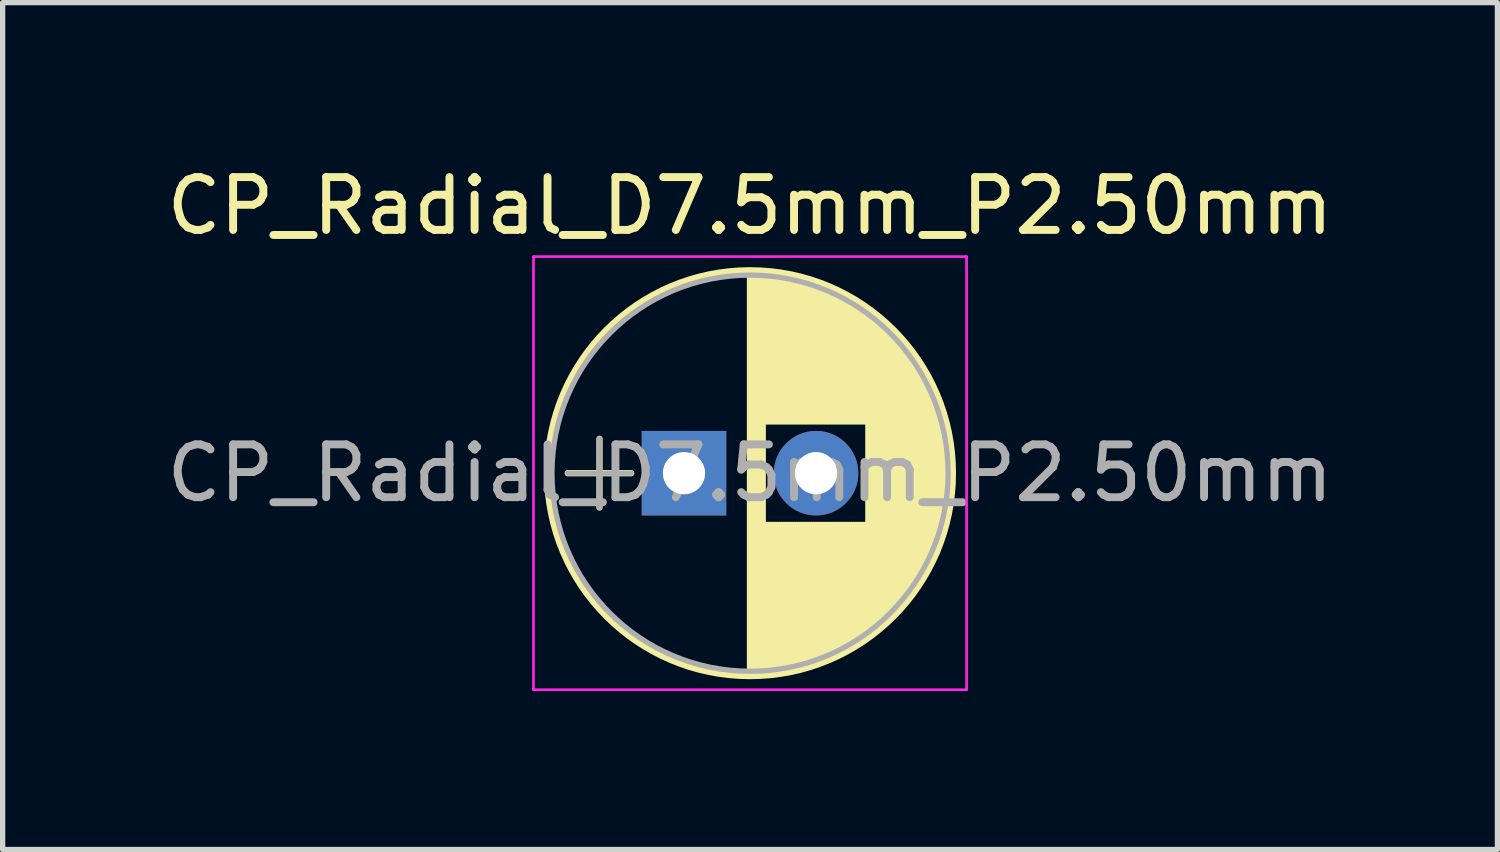
<source format=kicad_pcb>
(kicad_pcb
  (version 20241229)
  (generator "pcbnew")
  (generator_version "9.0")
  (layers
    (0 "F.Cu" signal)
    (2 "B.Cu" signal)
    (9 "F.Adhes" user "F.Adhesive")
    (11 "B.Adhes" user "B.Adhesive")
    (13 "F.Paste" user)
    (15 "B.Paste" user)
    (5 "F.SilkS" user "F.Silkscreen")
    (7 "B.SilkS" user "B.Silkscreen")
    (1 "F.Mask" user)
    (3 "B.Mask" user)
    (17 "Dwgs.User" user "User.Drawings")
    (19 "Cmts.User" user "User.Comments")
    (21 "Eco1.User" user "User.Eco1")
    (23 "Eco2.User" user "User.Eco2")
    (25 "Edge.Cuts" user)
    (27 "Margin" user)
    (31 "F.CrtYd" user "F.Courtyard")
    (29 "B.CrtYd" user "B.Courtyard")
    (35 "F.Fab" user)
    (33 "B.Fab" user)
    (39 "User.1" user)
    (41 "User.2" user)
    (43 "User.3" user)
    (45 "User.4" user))
  (footprint "CP_Radial_D7.5mm_P2.50mm"
    (layer "F.Cu")
    (at 9.899 5.908)
    (property "Reference" "CP_Radial_D7.5mm_P2.50mm" (at 1.25 -5.06 0) (layer "F.SilkS") (effects (font (size 1 1) (thickness 0.15))))
    (attr through_hole)
    (fp_line (start -2.2 0) (end -1 0) (stroke (width 0.12) (type solid)) (layer "F.SilkS"))
    (fp_line (start -1.6 -0.65) (end -1.6 0.65) (stroke (width 0.12) (type solid)) (layer "F.SilkS"))
    (fp_line (start 1.25 -3.8) (end 1.25 3.8) (stroke (width 0.12) (type solid)) (layer "F.SilkS"))
    (fp_line (start 1.29 -3.8) (end 1.29 3.8) (stroke (width 0.12) (type solid)) (layer "F.SilkS"))
    (fp_line (start 1.33 -3.8) (end 1.33 3.8) (stroke (width 0.12) (type solid)) (layer "F.SilkS"))
    (fp_line (start 1.37 -3.799) (end 1.37 3.799) (stroke (width 0.12) (type solid)) (layer "F.SilkS"))
    (fp_line (start 1.41 -3.797) (end 1.41 3.797) (stroke (width 0.12) (type solid)) (layer "F.SilkS"))
    (fp_line (start 1.45 -3.795) (end 1.45 3.795) (stroke (width 0.12) (type solid)) (layer "F.SilkS"))
    (fp_line (start 1.49 -3.793) (end 1.49 3.793) (stroke (width 0.12) (type solid)) (layer "F.SilkS"))
    (fp_line (start 1.53 -3.79) (end 1.53 -0.98) (stroke (width 0.12) (type solid)) (layer "F.SilkS"))
    (fp_line (start 1.53 0.98) (end 1.53 3.79) (stroke (width 0.12) (type solid)) (layer "F.SilkS"))
    (fp_line (start 1.57 -3.787) (end 1.57 -0.98) (stroke (width 0.12) (type solid)) (layer "F.SilkS"))
    (fp_line (start 1.57 0.98) (end 1.57 3.787) (stroke (width 0.12) (type solid)) (layer "F.SilkS"))
    (fp_line (start 1.61 -3.784) (end 1.61 -0.98) (stroke (width 0.12) (type solid)) (layer "F.SilkS"))
    (fp_line (start 1.61 0.98) (end 1.61 3.784) (stroke (width 0.12) (type solid)) (layer "F.SilkS"))
    (fp_line (start 1.65 -3.78) (end 1.65 -0.98) (stroke (width 0.12) (type solid)) (layer "F.SilkS"))
    (fp_line (start 1.65 0.98) (end 1.65 3.78) (stroke (width 0.12) (type solid)) (layer "F.SilkS"))
    (fp_line (start 1.69 -3.775) (end 1.69 -0.98) (stroke (width 0.12) (type solid)) (layer "F.SilkS"))
    (fp_line (start 1.69 0.98) (end 1.69 3.775) (stroke (width 0.12) (type solid)) (layer "F.SilkS"))
    (fp_line (start 1.73 -3.77) (end 1.73 -0.98) (stroke (width 0.12) (type solid)) (layer "F.SilkS"))
    (fp_line (start 1.73 0.98) (end 1.73 3.77) (stroke (width 0.12) (type solid)) (layer "F.SilkS"))
    (fp_line (start 1.77 -3.765) (end 1.77 -0.98) (stroke (width 0.12) (type solid)) (layer "F.SilkS"))
    (fp_line (start 1.77 0.98) (end 1.77 3.765) (stroke (width 0.12) (type solid)) (layer "F.SilkS"))
    (fp_line (start 1.81 -3.759) (end 1.81 -0.98) (stroke (width 0.12) (type solid)) (layer "F.SilkS"))
    (fp_line (start 1.81 0.98) (end 1.81 3.759) (stroke (width 0.12) (type solid)) (layer "F.SilkS"))
    (fp_line (start 1.85 -3.753) (end 1.85 -0.98) (stroke (width 0.12) (type solid)) (layer "F.SilkS"))
    (fp_line (start 1.85 0.98) (end 1.85 3.753) (stroke (width 0.12) (type solid)) (layer "F.SilkS"))
    (fp_line (start 1.89 -3.747) (end 1.89 -0.98) (stroke (width 0.12) (type solid)) (layer "F.SilkS"))
    (fp_line (start 1.89 0.98) (end 1.89 3.747) (stroke (width 0.12) (type solid)) (layer "F.SilkS"))
    (fp_line (start 1.93 -3.74) (end 1.93 -0.98) (stroke (width 0.12) (type solid)) (layer "F.SilkS"))
    (fp_line (start 1.93 0.98) (end 1.93 3.74) (stroke (width 0.12) (type solid)) (layer "F.SilkS"))
    (fp_line (start 1.971 -3.732) (end 1.971 -0.98) (stroke (width 0.12) (type solid)) (layer "F.SilkS"))
    (fp_line (start 1.971 0.98) (end 1.971 3.732) (stroke (width 0.12) (type solid)) (layer "F.SilkS"))
    (fp_line (start 2.011 -3.725) (end 2.011 -0.98) (stroke (width 0.12) (type solid)) (layer "F.SilkS"))
    (fp_line (start 2.011 0.98) (end 2.011 3.725) (stroke (width 0.12) (type solid)) (layer "F.SilkS"))
    (fp_line (start 2.051 -3.716) (end 2.051 -0.98) (stroke (width 0.12) (type solid)) (layer "F.SilkS"))
    (fp_line (start 2.051 0.98) (end 2.051 3.716) (stroke (width 0.12) (type solid)) (layer "F.SilkS"))
    (fp_line (start 2.091 -3.707) (end 2.091 -0.98) (stroke (width 0.12) (type solid)) (layer "F.SilkS"))
    (fp_line (start 2.091 0.98) (end 2.091 3.707) (stroke (width 0.12) (type solid)) (layer "F.SilkS"))
    (fp_line (start 2.131 -3.698) (end 2.131 -0.98) (stroke (width 0.12) (type solid)) (layer "F.SilkS"))
    (fp_line (start 2.131 0.98) (end 2.131 3.698) (stroke (width 0.12) (type solid)) (layer "F.SilkS"))
    (fp_line (start 2.171 -3.689) (end 2.171 -0.98) (stroke (width 0.12) (type solid)) (layer "F.SilkS"))
    (fp_line (start 2.171 0.98) (end 2.171 3.689) (stroke (width 0.12) (type solid)) (layer "F.SilkS"))
    (fp_line (start 2.211 -3.679) (end 2.211 -0.98) (stroke (width 0.12) (type solid)) (layer "F.SilkS"))
    (fp_line (start 2.211 0.98) (end 2.211 3.679) (stroke (width 0.12) (type solid)) (layer "F.SilkS"))
    (fp_line (start 2.251 -3.668) (end 2.251 -0.98) (stroke (width 0.12) (type solid)) (layer "F.SilkS"))
    (fp_line (start 2.251 0.98) (end 2.251 3.668) (stroke (width 0.12) (type solid)) (layer "F.SilkS"))
    (fp_line (start 2.291 -3.657) (end 2.291 -0.98) (stroke (width 0.12) (type solid)) (layer "F.SilkS"))
    (fp_line (start 2.291 0.98) (end 2.291 3.657) (stroke (width 0.12) (type solid)) (layer "F.SilkS"))
    (fp_line (start 2.331 -3.645) (end 2.331 -0.98) (stroke (width 0.12) (type solid)) (layer "F.SilkS"))
    (fp_line (start 2.331 0.98) (end 2.331 3.645) (stroke (width 0.12) (type solid)) (layer "F.SilkS"))
    (fp_line (start 2.371 -3.634) (end 2.371 -0.98) (stroke (width 0.12) (type solid)) (layer "F.SilkS"))
    (fp_line (start 2.371 0.98) (end 2.371 3.634) (stroke (width 0.12) (type solid)) (layer "F.SilkS"))
    (fp_line (start 2.411 -3.621) (end 2.411 -0.98) (stroke (width 0.12) (type solid)) (layer "F.SilkS"))
    (fp_line (start 2.411 0.98) (end 2.411 3.621) (stroke (width 0.12) (type solid)) (layer "F.SilkS"))
    (fp_line (start 2.451 -3.608) (end 2.451 -0.98) (stroke (width 0.12) (type solid)) (layer "F.SilkS"))
    (fp_line (start 2.451 0.98) (end 2.451 3.608) (stroke (width 0.12) (type solid)) (layer "F.SilkS"))
    (fp_line (start 2.491 -3.595) (end 2.491 -0.98) (stroke (width 0.12) (type solid)) (layer "F.SilkS"))
    (fp_line (start 2.491 0.98) (end 2.491 3.595) (stroke (width 0.12) (type solid)) (layer "F.SilkS"))
    (fp_line (start 2.531 -3.581) (end 2.531 -0.98) (stroke (width 0.12) (type solid)) (layer "F.SilkS"))
    (fp_line (start 2.531 0.98) (end 2.531 3.581) (stroke (width 0.12) (type solid)) (layer "F.SilkS"))
    (fp_line (start 2.571 -3.566) (end 2.571 -0.98) (stroke (width 0.12) (type solid)) (layer "F.SilkS"))
    (fp_line (start 2.571 0.98) (end 2.571 3.566) (stroke (width 0.12) (type solid)) (layer "F.SilkS"))
    (fp_line (start 2.611 -3.552) (end 2.611 -0.98) (stroke (width 0.12) (type solid)) (layer "F.SilkS"))
    (fp_line (start 2.611 0.98) (end 2.611 3.552) (stroke (width 0.12) (type solid)) (layer "F.SilkS"))
    (fp_line (start 2.651 -3.536) (end 2.651 -0.98) (stroke (width 0.12) (type solid)) (layer "F.SilkS"))
    (fp_line (start 2.651 0.98) (end 2.651 3.536) (stroke (width 0.12) (type solid)) (layer "F.SilkS"))
    (fp_line (start 2.691 -3.52) (end 2.691 -0.98) (stroke (width 0.12) (type solid)) (layer "F.SilkS"))
    (fp_line (start 2.691 0.98) (end 2.691 3.52) (stroke (width 0.12) (type solid)) (layer "F.SilkS"))
    (fp_line (start 2.731 -3.504) (end 2.731 -0.98) (stroke (width 0.12) (type solid)) (layer "F.SilkS"))
    (fp_line (start 2.731 0.98) (end 2.731 3.504) (stroke (width 0.12) (type solid)) (layer "F.SilkS"))
    (fp_line (start 2.771 -3.487) (end 2.771 -0.98) (stroke (width 0.12) (type solid)) (layer "F.SilkS"))
    (fp_line (start 2.771 0.98) (end 2.771 3.487) (stroke (width 0.12) (type solid)) (layer "F.SilkS"))
    (fp_line (start 2.811 -3.469) (end 2.811 -0.98) (stroke (width 0.12) (type solid)) (layer "F.SilkS"))
    (fp_line (start 2.811 0.98) (end 2.811 3.469) (stroke (width 0.12) (type solid)) (layer "F.SilkS"))
    (fp_line (start 2.851 -3.451) (end 2.851 -0.98) (stroke (width 0.12) (type solid)) (layer "F.SilkS"))
    (fp_line (start 2.851 0.98) (end 2.851 3.451) (stroke (width 0.12) (type solid)) (layer "F.SilkS"))
    (fp_line (start 2.891 -3.433) (end 2.891 -0.98) (stroke (width 0.12) (type solid)) (layer "F.SilkS"))
    (fp_line (start 2.891 0.98) (end 2.891 3.433) (stroke (width 0.12) (type solid)) (layer "F.SilkS"))
    (fp_line (start 2.931 -3.413) (end 2.931 -0.98) (stroke (width 0.12) (type solid)) (layer "F.SilkS"))
    (fp_line (start 2.931 0.98) (end 2.931 3.413) (stroke (width 0.12) (type solid)) (layer "F.SilkS"))
    (fp_line (start 2.971 -3.394) (end 2.971 -0.98) (stroke (width 0.12) (type solid)) (layer "F.SilkS"))
    (fp_line (start 2.971 0.98) (end 2.971 3.394) (stroke (width 0.12) (type solid)) (layer "F.SilkS"))
    (fp_line (start 3.011 -3.373) (end 3.011 -0.98) (stroke (width 0.12) (type solid)) (layer "F.SilkS"))
    (fp_line (start 3.011 0.98) (end 3.011 3.373) (stroke (width 0.12) (type solid)) (layer "F.SilkS"))
    (fp_line (start 3.051 -3.352) (end 3.051 -0.98) (stroke (width 0.12) (type solid)) (layer "F.SilkS"))
    (fp_line (start 3.051 0.98) (end 3.051 3.352) (stroke (width 0.12) (type solid)) (layer "F.SilkS"))
    (fp_line (start 3.091 -3.331) (end 3.091 -0.98) (stroke (width 0.12) (type solid)) (layer "F.SilkS"))
    (fp_line (start 3.091 0.98) (end 3.091 3.331) (stroke (width 0.12) (type solid)) (layer "F.SilkS"))
    (fp_line (start 3.131 -3.309) (end 3.131 -0.98) (stroke (width 0.12) (type solid)) (layer "F.SilkS"))
    (fp_line (start 3.131 0.98) (end 3.131 3.309) (stroke (width 0.12) (type solid)) (layer "F.SilkS"))
    (fp_line (start 3.171 -3.286) (end 3.171 -0.98) (stroke (width 0.12) (type solid)) (layer "F.SilkS"))
    (fp_line (start 3.171 0.98) (end 3.171 3.286) (stroke (width 0.12) (type solid)) (layer "F.SilkS"))
    (fp_line (start 3.211 -3.263) (end 3.211 -0.98) (stroke (width 0.12) (type solid)) (layer "F.SilkS"))
    (fp_line (start 3.211 0.98) (end 3.211 3.263) (stroke (width 0.12) (type solid)) (layer "F.SilkS"))
    (fp_line (start 3.251 -3.239) (end 3.251 -0.98) (stroke (width 0.12) (type solid)) (layer "F.SilkS"))
    (fp_line (start 3.251 0.98) (end 3.251 3.239) (stroke (width 0.12) (type solid)) (layer "F.SilkS"))
    (fp_line (start 3.291 -3.214) (end 3.291 -0.98) (stroke (width 0.12) (type solid)) (layer "F.SilkS"))
    (fp_line (start 3.291 0.98) (end 3.291 3.214) (stroke (width 0.12) (type solid)) (layer "F.SilkS"))
    (fp_line (start 3.331 -3.188) (end 3.331 -0.98) (stroke (width 0.12) (type solid)) (layer "F.SilkS"))
    (fp_line (start 3.331 0.98) (end 3.331 3.188) (stroke (width 0.12) (type solid)) (layer "F.SilkS"))
    (fp_line (start 3.371 -3.162) (end 3.371 -0.98) (stroke (width 0.12) (type solid)) (layer "F.SilkS"))
    (fp_line (start 3.371 0.98) (end 3.371 3.162) (stroke (width 0.12) (type solid)) (layer "F.SilkS"))
    (fp_line (start 3.411 -3.135) (end 3.411 -0.98) (stroke (width 0.12) (type solid)) (layer "F.SilkS"))
    (fp_line (start 3.411 0.98) (end 3.411 3.135) (stroke (width 0.12) (type solid)) (layer "F.SilkS"))
    (fp_line (start 3.451 -3.108) (end 3.451 -0.98) (stroke (width 0.12) (type solid)) (layer "F.SilkS"))
    (fp_line (start 3.451 0.98) (end 3.451 3.108) (stroke (width 0.12) (type solid)) (layer "F.SilkS"))
    (fp_line (start 3.491 -3.079) (end 3.491 3.079) (stroke (width 0.12) (type solid)) (layer "F.SilkS"))
    (fp_line (start 3.531 -3.05) (end 3.531 3.05) (stroke (width 0.12) (type solid)) (layer "F.SilkS"))
    (fp_line (start 3.571 -3.02) (end 3.571 3.02) (stroke (width 0.12) (type solid)) (layer "F.SilkS"))
    (fp_line (start 3.611 -2.99) (end 3.611 2.99) (stroke (width 0.12) (type solid)) (layer "F.SilkS"))
    (fp_line (start 3.651 -2.958) (end 3.651 2.958) (stroke (width 0.12) (type solid)) (layer "F.SilkS"))
    (fp_line (start 3.691 -2.926) (end 3.691 2.926) (stroke (width 0.12) (type solid)) (layer "F.SilkS"))
    (fp_line (start 3.731 -2.892) (end 3.731 2.892) (stroke (width 0.12) (type solid)) (layer "F.SilkS"))
    (fp_line (start 3.771 -2.858) (end 3.771 2.858) (stroke (width 0.12) (type solid)) (layer "F.SilkS"))
    (fp_line (start 3.811 -2.823) (end 3.811 2.823) (stroke (width 0.12) (type solid)) (layer "F.SilkS"))
    (fp_line (start 3.851 -2.786) (end 3.851 2.786) (stroke (width 0.12) (type solid)) (layer "F.SilkS"))
    (fp_line (start 3.891 -2.749) (end 3.891 2.749) (stroke (width 0.12) (type solid)) (layer "F.SilkS"))
    (fp_line (start 3.931 -2.711) (end 3.931 2.711) (stroke (width 0.12) (type solid)) (layer "F.SilkS"))
    (fp_line (start 3.971 -2.671) (end 3.971 2.671) (stroke (width 0.12) (type solid)) (layer "F.SilkS"))
    (fp_line (start 4.011 -2.63) (end 4.011 2.63) (stroke (width 0.12) (type solid)) (layer "F.SilkS"))
    (fp_line (start 4.051 -2.588) (end 4.051 2.588) (stroke (width 0.12) (type solid)) (layer "F.SilkS"))
    (fp_line (start 4.091 -2.545) (end 4.091 2.545) (stroke (width 0.12) (type solid)) (layer "F.SilkS"))
    (fp_line (start 4.131 -2.5) (end 4.131 2.5) (stroke (width 0.12) (type solid)) (layer "F.SilkS"))
    (fp_line (start 4.171 -2.454) (end 4.171 2.454) (stroke (width 0.12) (type solid)) (layer "F.SilkS"))
    (fp_line (start 4.211 -2.407) (end 4.211 2.407) (stroke (width 0.12) (type solid)) (layer "F.SilkS"))
    (fp_line (start 4.251 -2.357) (end 4.251 2.357) (stroke (width 0.12) (type solid)) (layer "F.SilkS"))
    (fp_line (start 4.291 -2.307) (end 4.291 2.307) (stroke (width 0.12) (type solid)) (layer "F.SilkS"))
    (fp_line (start 4.331 -2.254) (end 4.331 2.254) (stroke (width 0.12) (type solid)) (layer "F.SilkS"))
    (fp_line (start 4.371 -2.199) (end 4.371 2.199) (stroke (width 0.12) (type solid)) (layer "F.SilkS"))
    (fp_line (start 4.411 -2.142) (end 4.411 2.142) (stroke (width 0.12) (type solid)) (layer "F.SilkS"))
    (fp_line (start 4.451 -2.083) (end 4.451 2.083) (stroke (width 0.12) (type solid)) (layer "F.SilkS"))
    (fp_line (start 4.491 -2.022) (end 4.491 2.022) (stroke (width 0.12) (type solid)) (layer "F.SilkS"))
    (fp_line (start 4.531 -1.957) (end 4.531 1.957) (stroke (width 0.12) (type solid)) (layer "F.SilkS"))
    (fp_line (start 4.571 -1.89) (end 4.571 1.89) (stroke (width 0.12) (type solid)) (layer "F.SilkS"))
    (fp_line (start 4.611 -1.82) (end 4.611 1.82) (stroke (width 0.12) (type solid)) (layer "F.SilkS"))
    (fp_line (start 4.651 -1.745) (end 4.651 1.745) (stroke (width 0.12) (type solid)) (layer "F.SilkS"))
    (fp_line (start 4.691 -1.667) (end 4.691 1.667) (stroke (width 0.12) (type solid)) (layer "F.SilkS"))
    (fp_line (start 4.731 -1.584) (end 4.731 1.584) (stroke (width 0.12) (type solid)) (layer "F.SilkS"))
    (fp_line (start 4.771 -1.495) (end 4.771 1.495) (stroke (width 0.12) (type solid)) (layer "F.SilkS"))
    (fp_line (start 4.811 -1.4) (end 4.811 1.4) (stroke (width 0.12) (type solid)) (layer "F.SilkS"))
    (fp_line (start 4.851 -1.297) (end 4.851 1.297) (stroke (width 0.12) (type solid)) (layer "F.SilkS"))
    (fp_line (start 4.891 -1.184) (end 4.891 1.184) (stroke (width 0.12) (type solid)) (layer "F.SilkS"))
    (fp_line (start 4.931 -1.057) (end 4.931 1.057) (stroke (width 0.12) (type solid)) (layer "F.SilkS"))
    (fp_line (start 4.971 -0.913) (end 4.971 0.913) (stroke (width 0.12) (type solid)) (layer "F.SilkS"))
    (fp_line (start 5.011 -0.74) (end 5.011 0.74) (stroke (width 0.12) (type solid)) (layer "F.SilkS"))
    (fp_line (start 5.051 -0.513) (end 5.051 0.513) (stroke (width 0.12) (type solid)) (layer "F.SilkS"))
    (fp_circle (center 1.25 0) (end 5.09 0) (stroke (width 0.12) (type solid)) (fill no) (layer "F.SilkS"))
    (fp_line (start -2.85 -4.1) (end -2.85 4.1) (stroke (width 0.05) (type solid)) (layer "F.CrtYd"))
    (fp_line (start -2.85 4.1) (end 5.35 4.1) (stroke (width 0.05) (type solid)) (layer "F.CrtYd"))
    (fp_line (start 5.35 -4.1) (end -2.85 -4.1) (stroke (width 0.05) (type solid)) (layer "F.CrtYd"))
    (fp_line (start 5.35 4.1) (end 5.35 -4.1) (stroke (width 0.05) (type solid)) (layer "F.CrtYd"))
    (fp_line (start -2.2 0) (end -1 0) (stroke (width 0.1) (type solid)) (layer "F.Fab"))
    (fp_line (start -1.6 -0.65) (end -1.6 0.65) (stroke (width 0.1) (type solid)) (layer "F.Fab"))
    (fp_circle (center 1.25 0) (end 5 0) (stroke (width 0.1) (type solid)) (fill no) (layer "F.Fab"))
    (fp_text user "${REFERENCE}" (at 1.25 0 0) (layer "F.Fab") (effects (font (size 1 1) (thickness 0.15))))
    (pad "1" thru_hole rect (at 0 0) (size 1.6 1.6) (drill 0.8) (layers "*.Cu" "*.Mask"))
    (pad "2" thru_hole circle (at 2.5 0) (size 1.6 1.6) (drill 0.8) (layers "*.Cu" "*.Mask")))
  (gr_rect
    (start -3 -3)
    (end 25.298 13.033)
    (stroke (width 0.1) (type default))
    (fill no)
    (layer "Edge.Cuts")))
</source>
